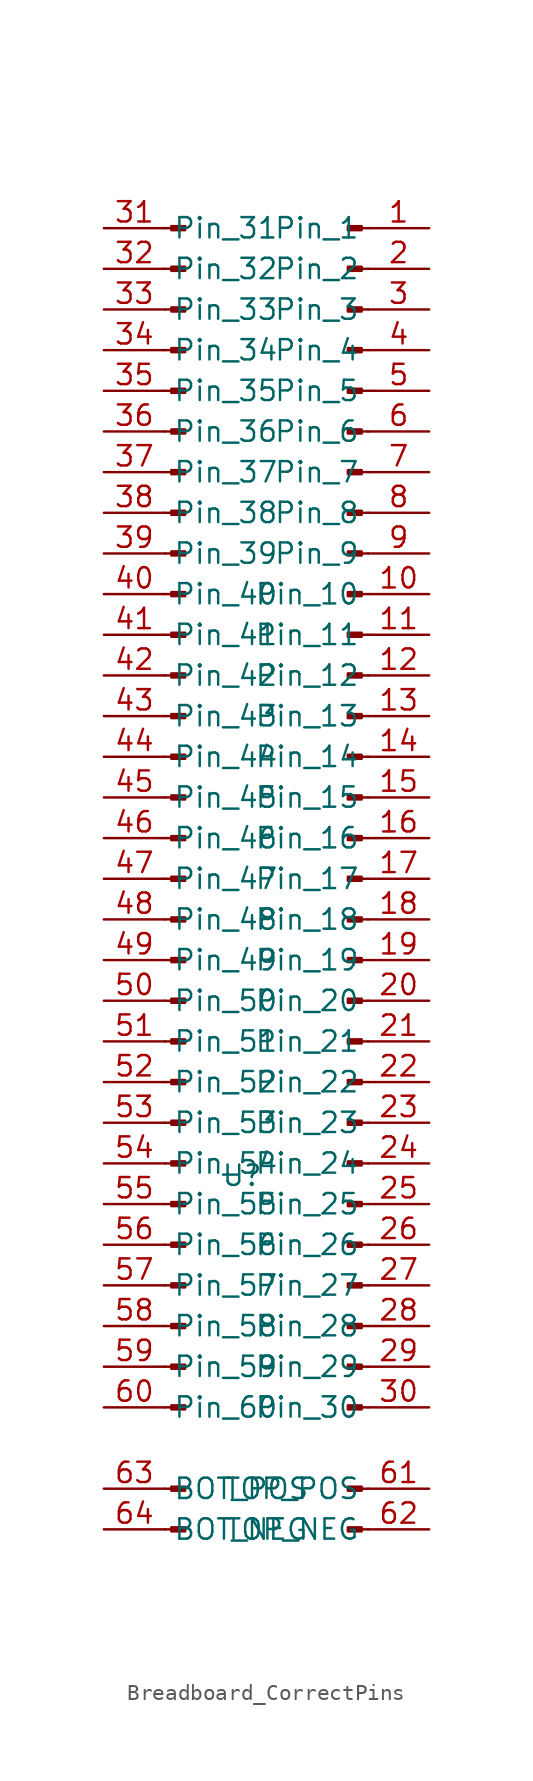
<source format=kicad_sym>
(kicad_symbol_lib
  (version 20231120)
  (generator "kicad_symbol_editor")
  (generator_version "8.0")
  (symbol "Breadboard_CorrectPins"
    (property "Reference" "U"
      (at -1.524 -19.812 0)
      (effects (font (size 1.27 1.27))))
    (property "Value" ""
      (at -1.524 -19.812 0)
      (effects (font (size 1.27 1.27))))
    (symbol "Breadboard_CorrectPins_1_1"
      (rectangle (start -5.944 -41.783) (end -5.08 -42.037) (stroke (width 0.152) (type default)) (fill (type outline)))
      (rectangle (start -5.944 -39.243) (end -5.08 -39.497) (stroke (width 0.152) (type default)) (fill (type outline)))
      (rectangle (start -5.944 -34.163) (end -5.08 -34.417) (stroke (width 0.152) (type default)) (fill (type outline)))
      (rectangle (start -5.944 -31.623) (end -5.08 -31.877) (stroke (width 0.152) (type default)) (fill (type outline)))
      (rectangle (start -5.944 -29.083) (end -5.08 -29.337) (stroke (width 0.152) (type default)) (fill (type outline)))
      (rectangle (start -5.944 -26.543) (end -5.08 -26.797) (stroke (width 0.152) (type default)) (fill (type outline)))
      (rectangle (start -5.944 -24.003) (end -5.08 -24.257) (stroke (width 0.152) (type default)) (fill (type outline)))
      (rectangle (start -5.944 -21.463) (end -5.08 -21.717) (stroke (width 0.152) (type default)) (fill (type outline)))
      (rectangle (start -5.944 -18.923) (end -5.08 -19.177) (stroke (width 0.152) (type default)) (fill (type outline)))
      (rectangle (start -5.944 -16.383) (end -5.08 -16.637) (stroke (width 0.152) (type default)) (fill (type outline)))
      (rectangle (start -5.944 -13.843) (end -5.08 -14.097) (stroke (width 0.152) (type default)) (fill (type outline)))
      (rectangle (start -5.944 -11.303) (end -5.08 -11.557) (stroke (width 0.152) (type default)) (fill (type outline)))
      (rectangle (start -5.944 -8.763) (end -5.08 -9.017) (stroke (width 0.152) (type default)) (fill (type outline)))
      (rectangle (start -5.944 -6.223) (end -5.08 -6.477) (stroke (width 0.152) (type default)) (fill (type outline)))
      (rectangle (start -5.944 -3.683) (end -5.08 -3.937) (stroke (width 0.152) (type default)) (fill (type outline)))
      (rectangle (start -5.944 -1.143) (end -5.08 -1.397) (stroke (width 0.152) (type default)) (fill (type outline)))
      (rectangle (start -5.944 1.397) (end -5.08 1.143) (stroke (width 0.152) (type default)) (fill (type outline)))
      (rectangle (start -5.944 3.937) (end -5.08 3.683) (stroke (width 0.152) (type default)) (fill (type outline)))
      (rectangle (start -5.944 6.477) (end -5.08 6.223) (stroke (width 0.152) (type default)) (fill (type outline)))
      (rectangle (start -5.944 9.017) (end -5.08 8.763) (stroke (width 0.152) (type default)) (fill (type outline)))
      (rectangle (start -5.944 11.557) (end -5.08 11.303) (stroke (width 0.152) (type default)) (fill (type outline)))
      (rectangle (start -5.944 14.097) (end -5.08 13.843) (stroke (width 0.152) (type default)) (fill (type outline)))
      (rectangle (start -5.944 16.637) (end -5.08 16.383) (stroke (width 0.152) (type default)) (fill (type outline)))
      (rectangle (start -5.944 19.177) (end -5.08 18.923) (stroke (width 0.152) (type default)) (fill (type outline)))
      (rectangle (start -5.944 21.717) (end -5.08 21.463) (stroke (width 0.152) (type default)) (fill (type outline)))
      (rectangle (start -5.944 24.257) (end -5.08 24.003) (stroke (width 0.152) (type default)) (fill (type outline)))
      (rectangle (start -5.944 26.797) (end -5.08 26.543) (stroke (width 0.152) (type default)) (fill (type outline)))
      (rectangle (start -5.944 29.337) (end -5.08 29.083) (stroke (width 0.152) (type default)) (fill (type outline)))
      (rectangle (start -5.944 31.877) (end -5.08 31.623) (stroke (width 0.152) (type default)) (fill (type outline)))
      (rectangle (start -5.944 34.417) (end -5.08 34.163) (stroke (width 0.152) (type default)) (fill (type outline)))
      (rectangle (start -5.08 36.703) (end -5.944 36.957) (stroke (width 0.152) (type default)) (fill (type outline)))
      (rectangle (start -5.08 39.243) (end -5.944 39.497) (stroke (width 0.152) (type default)) (fill (type outline)))
      (polyline (pts (xy -6.35 -41.91) (xy -5.944 -41.91)) (stroke (width 0.152) (type default)) (fill (type none)))
      (polyline (pts (xy -6.35 -39.37) (xy -5.944 -39.37)) (stroke (width 0.152) (type default)) (fill (type none)))
      (polyline (pts (xy -6.35 -34.29) (xy -5.944 -34.29)) (stroke (width 0.152) (type default)) (fill (type none)))
      (polyline (pts (xy -6.35 -31.75) (xy -5.944 -31.75)) (stroke (width 0.152) (type default)) (fill (type none)))
      (polyline (pts (xy -6.35 -29.21) (xy -5.944 -29.21)) (stroke (width 0.152) (type default)) (fill (type none)))
      (polyline (pts (xy -6.35 -26.67) (xy -5.944 -26.67)) (stroke (width 0.152) (type default)) (fill (type none)))
      (polyline (pts (xy -6.35 -24.13) (xy -5.944 -24.13)) (stroke (width 0.152) (type default)) (fill (type none)))
      (polyline (pts (xy -6.35 -21.59) (xy -5.944 -21.59)) (stroke (width 0.152) (type default)) (fill (type none)))
      (polyline (pts (xy -6.35 -19.05) (xy -5.944 -19.05)) (stroke (width 0.152) (type default)) (fill (type none)))
      (polyline (pts (xy -6.35 -16.51) (xy -5.944 -16.51)) (stroke (width 0.152) (type default)) (fill (type none)))
      (polyline (pts (xy -6.35 -13.97) (xy -5.944 -13.97)) (stroke (width 0.152) (type default)) (fill (type none)))
      (polyline (pts (xy -6.35 -11.43) (xy -5.944 -11.43)) (stroke (width 0.152) (type default)) (fill (type none)))
      (polyline (pts (xy -6.35 -8.89) (xy -5.944 -8.89)) (stroke (width 0.152) (type default)) (fill (type none)))
      (polyline (pts (xy -6.35 -6.35) (xy -5.944 -6.35)) (stroke (width 0.152) (type default)) (fill (type none)))
      (polyline (pts (xy -6.35 -3.81) (xy -5.944 -3.81)) (stroke (width 0.152) (type default)) (fill (type none)))
      (polyline (pts (xy -6.35 -1.27) (xy -5.944 -1.27)) (stroke (width 0.152) (type default)) (fill (type none)))
      (polyline (pts (xy -6.35 1.27) (xy -5.944 1.27)) (stroke (width 0.152) (type default)) (fill (type none)))
      (polyline (pts (xy -6.35 3.81) (xy -5.944 3.81)) (stroke (width 0.152) (type default)) (fill (type none)))
      (polyline (pts (xy -6.35 6.35) (xy -5.944 6.35)) (stroke (width 0.152) (type default)) (fill (type none)))
      (polyline (pts (xy -6.35 8.89) (xy -5.944 8.89)) (stroke (width 0.152) (type default)) (fill (type none)))
      (polyline (pts (xy -6.35 11.43) (xy -5.944 11.43)) (stroke (width 0.152) (type default)) (fill (type none)))
      (polyline (pts (xy -6.35 13.97) (xy -5.944 13.97)) (stroke (width 0.152) (type default)) (fill (type none)))
      (polyline (pts (xy -6.35 16.51) (xy -5.944 16.51)) (stroke (width 0.152) (type default)) (fill (type none)))
      (polyline (pts (xy -6.35 19.05) (xy -5.944 19.05)) (stroke (width 0.152) (type default)) (fill (type none)))
      (polyline (pts (xy -6.35 21.59) (xy -5.944 21.59)) (stroke (width 0.152) (type default)) (fill (type none)))
      (polyline (pts (xy -6.35 24.13) (xy -5.944 24.13)) (stroke (width 0.152) (type default)) (fill (type none)))
      (polyline (pts (xy -6.35 26.67) (xy -5.944 26.67)) (stroke (width 0.152) (type default)) (fill (type none)))
      (polyline (pts (xy -6.35 29.21) (xy -5.944 29.21)) (stroke (width 0.152) (type default)) (fill (type none)))
      (polyline (pts (xy -6.35 31.75) (xy -5.944 31.75)) (stroke (width 0.152) (type default)) (fill (type none)))
      (polyline (pts (xy -6.35 34.29) (xy -5.944 34.29)) (stroke (width 0.152) (type default)) (fill (type none)))
      (polyline (pts (xy -6.35 36.83) (xy -5.944 36.83)) (stroke (width 0.152) (type default)) (fill (type none)))
      (polyline (pts (xy -6.35 39.37) (xy -5.944 39.37)) (stroke (width 0.152) (type default)) (fill (type none)))
      (polyline (pts (xy 6.35 -41.91) (xy 5.944 -41.91)) (stroke (width 0.152) (type default)) (fill (type none)))
      (polyline (pts (xy 6.35 -39.37) (xy 5.944 -39.37)) (stroke (width 0.152) (type default)) (fill (type none)))
      (polyline (pts (xy 6.35 -34.29) (xy 5.944 -34.29)) (stroke (width 0.152) (type default)) (fill (type none)))
      (polyline (pts (xy 6.35 -31.75) (xy 5.944 -31.75)) (stroke (width 0.152) (type default)) (fill (type none)))
      (polyline (pts (xy 6.35 -29.21) (xy 5.944 -29.21)) (stroke (width 0.152) (type default)) (fill (type none)))
      (polyline (pts (xy 6.35 -26.67) (xy 5.944 -26.67)) (stroke (width 0.152) (type default)) (fill (type none)))
      (polyline (pts (xy 6.35 -24.13) (xy 5.944 -24.13)) (stroke (width 0.152) (type default)) (fill (type none)))
      (polyline (pts (xy 6.35 -21.59) (xy 5.944 -21.59)) (stroke (width 0.152) (type default)) (fill (type none)))
      (polyline (pts (xy 6.35 -19.05) (xy 5.944 -19.05)) (stroke (width 0.152) (type default)) (fill (type none)))
      (polyline (pts (xy 6.35 -16.51) (xy 5.944 -16.51)) (stroke (width 0.152) (type default)) (fill (type none)))
      (polyline (pts (xy 6.35 -13.97) (xy 5.944 -13.97)) (stroke (width 0.152) (type default)) (fill (type none)))
      (polyline (pts (xy 6.35 -11.43) (xy 5.944 -11.43)) (stroke (width 0.152) (type default)) (fill (type none)))
      (polyline (pts (xy 6.35 -8.89) (xy 5.944 -8.89)) (stroke (width 0.152) (type default)) (fill (type none)))
      (polyline (pts (xy 6.35 -6.35) (xy 5.944 -6.35)) (stroke (width 0.152) (type default)) (fill (type none)))
      (polyline (pts (xy 6.35 -3.81) (xy 5.944 -3.81)) (stroke (width 0.152) (type default)) (fill (type none)))
      (polyline (pts (xy 6.35 -1.27) (xy 5.944 -1.27)) (stroke (width 0.152) (type default)) (fill (type none)))
      (polyline (pts (xy 6.35 1.27) (xy 5.944 1.27)) (stroke (width 0.152) (type default)) (fill (type none)))
      (polyline (pts (xy 6.35 3.81) (xy 5.944 3.81)) (stroke (width 0.152) (type default)) (fill (type none)))
      (polyline (pts (xy 6.35 6.35) (xy 5.944 6.35)) (stroke (width 0.152) (type default)) (fill (type none)))
      (polyline (pts (xy 6.35 8.89) (xy 5.944 8.89)) (stroke (width 0.152) (type default)) (fill (type none)))
      (polyline (pts (xy 6.35 11.43) (xy 5.944 11.43)) (stroke (width 0.152) (type default)) (fill (type none)))
      (polyline (pts (xy 6.35 13.97) (xy 5.944 13.97)) (stroke (width 0.152) (type default)) (fill (type none)))
      (polyline (pts (xy 6.35 16.51) (xy 5.944 16.51)) (stroke (width 0.152) (type default)) (fill (type none)))
      (polyline (pts (xy 6.35 19.05) (xy 5.944 19.05)) (stroke (width 0.152) (type default)) (fill (type none)))
      (polyline (pts (xy 6.35 21.59) (xy 5.944 21.59)) (stroke (width 0.152) (type default)) (fill (type none)))
      (polyline (pts (xy 6.35 24.13) (xy 5.944 24.13)) (stroke (width 0.152) (type default)) (fill (type none)))
      (polyline (pts (xy 6.35 26.67) (xy 5.944 26.67)) (stroke (width 0.152) (type default)) (fill (type none)))
      (polyline (pts (xy 6.35 29.21) (xy 5.944 29.21)) (stroke (width 0.152) (type default)) (fill (type none)))
      (polyline (pts (xy 6.35 31.75) (xy 5.944 31.75)) (stroke (width 0.152) (type default)) (fill (type none)))
      (polyline (pts (xy 6.35 34.29) (xy 5.944 34.29)) (stroke (width 0.152) (type default)) (fill (type none)))
      (polyline (pts (xy 6.35 36.83) (xy 5.944 36.83)) (stroke (width 0.152) (type default)) (fill (type none)))
      (polyline (pts (xy 6.35 39.37) (xy 5.944 39.37)) (stroke (width 0.152) (type default)) (fill (type none)))
      (rectangle (start 5.08 -42.037) (end 5.944 -41.783) (stroke (width 0.152) (type default)) (fill (type outline)))
      (rectangle (start 5.08 -39.497) (end 5.944 -39.243) (stroke (width 0.152) (type default)) (fill (type outline)))
      (rectangle (start 5.944 -34.163) (end 5.08 -34.417) (stroke (width 0.152) (type default)) (fill (type outline)))
      (rectangle (start 5.944 -31.623) (end 5.08 -31.877) (stroke (width 0.152) (type default)) (fill (type outline)))
      (rectangle (start 5.944 -29.083) (end 5.08 -29.337) (stroke (width 0.152) (type default)) (fill (type outline)))
      (rectangle (start 5.944 -26.543) (end 5.08 -26.797) (stroke (width 0.152) (type default)) (fill (type outline)))
      (rectangle (start 5.944 -24.003) (end 5.08 -24.257) (stroke (width 0.152) (type default)) (fill (type outline)))
      (rectangle (start 5.944 -21.463) (end 5.08 -21.717) (stroke (width 0.152) (type default)) (fill (type outline)))
      (rectangle (start 5.944 -18.923) (end 5.08 -19.177) (stroke (width 0.152) (type default)) (fill (type outline)))
      (rectangle (start 5.944 -16.383) (end 5.08 -16.637) (stroke (width 0.152) (type default)) (fill (type outline)))
      (rectangle (start 5.944 -13.843) (end 5.08 -14.097) (stroke (width 0.152) (type default)) (fill (type outline)))
      (rectangle (start 5.944 -11.303) (end 5.08 -11.557) (stroke (width 0.152) (type default)) (fill (type outline)))
      (rectangle (start 5.944 -8.763) (end 5.08 -9.017) (stroke (width 0.152) (type default)) (fill (type outline)))
      (rectangle (start 5.944 -6.223) (end 5.08 -6.477) (stroke (width 0.152) (type default)) (fill (type outline)))
      (rectangle (start 5.944 -3.683) (end 5.08 -3.937) (stroke (width 0.152) (type default)) (fill (type outline)))
      (rectangle (start 5.944 -1.143) (end 5.08 -1.397) (stroke (width 0.152) (type default)) (fill (type outline)))
      (rectangle (start 5.944 1.397) (end 5.08 1.143) (stroke (width 0.152) (type default)) (fill (type outline)))
      (rectangle (start 5.944 3.937) (end 5.08 3.683) (stroke (width 0.152) (type default)) (fill (type outline)))
      (rectangle (start 5.944 6.477) (end 5.08 6.223) (stroke (width 0.152) (type default)) (fill (type outline)))
      (rectangle (start 5.944 9.017) (end 5.08 8.763) (stroke (width 0.152) (type default)) (fill (type outline)))
      (rectangle (start 5.944 11.557) (end 5.08 11.303) (stroke (width 0.152) (type default)) (fill (type outline)))
      (rectangle (start 5.944 14.097) (end 5.08 13.843) (stroke (width 0.152) (type default)) (fill (type outline)))
      (rectangle (start 5.944 16.637) (end 5.08 16.383) (stroke (width 0.152) (type default)) (fill (type outline)))
      (rectangle (start 5.944 19.177) (end 5.08 18.923) (stroke (width 0.152) (type default)) (fill (type outline)))
      (rectangle (start 5.944 21.717) (end 5.08 21.463) (stroke (width 0.152) (type default)) (fill (type outline)))
      (rectangle (start 5.944 24.257) (end 5.08 24.003) (stroke (width 0.152) (type default)) (fill (type outline)))
      (rectangle (start 5.944 26.797) (end 5.08 26.543) (stroke (width 0.152) (type default)) (fill (type outline)))
      (rectangle (start 5.944 29.337) (end 5.08 29.083) (stroke (width 0.152) (type default)) (fill (type outline)))
      (rectangle (start 5.944 31.877) (end 5.08 31.623) (stroke (width 0.152) (type default)) (fill (type outline)))
      (rectangle (start 5.944 34.417) (end 5.08 34.163) (stroke (width 0.152) (type default)) (fill (type outline)))
      (rectangle (start 5.944 36.957) (end 5.08 36.703) (stroke (width 0.152) (type default)) (fill (type outline)))
      (rectangle (start 5.944 39.497) (end 5.08 39.243) (stroke (width 0.152) (type default)) (fill (type outline)))
      (pin passive line (at 10.16 39.37 180) (length 3.81) (name "Pin_1" (effects (font (size 1.27 1.27)))) (number "1" (effects (font (size 1.27 1.27)))))
      (pin passive line (at 10.16 16.51 180) (length 3.81) (name "Pin_10" (effects (font (size 1.27 1.27)))) (number "10" (effects (font (size 1.27 1.27)))))
      (pin passive line (at 10.16 13.97 180) (length 3.81) (name "Pin_11" (effects (font (size 1.27 1.27)))) (number "11" (effects (font (size 1.27 1.27)))))
      (pin passive line (at 10.16 11.43 180) (length 3.81) (name "Pin_12" (effects (font (size 1.27 1.27)))) (number "12" (effects (font (size 1.27 1.27)))))
      (pin passive line (at 10.16 8.89 180) (length 3.81) (name "Pin_13" (effects (font (size 1.27 1.27)))) (number "13" (effects (font (size 1.27 1.27)))))
      (pin passive line (at 10.16 6.35 180) (length 3.81) (name "Pin_14" (effects (font (size 1.27 1.27)))) (number "14" (effects (font (size 1.27 1.27)))))
      (pin passive line (at 10.16 3.81 180) (length 3.81) (name "Pin_15" (effects (font (size 1.27 1.27)))) (number "15" (effects (font (size 1.27 1.27)))))
      (pin passive line (at 10.16 1.27 180) (length 3.81) (name "Pin_16" (effects (font (size 1.27 1.27)))) (number "16" (effects (font (size 1.27 1.27)))))
      (pin passive line (at 10.16 -1.27 180) (length 3.81) (name "Pin_17" (effects (font (size 1.27 1.27)))) (number "17" (effects (font (size 1.27 1.27)))))
      (pin passive line (at 10.16 -3.81 180) (length 3.81) (name "Pin_18" (effects (font (size 1.27 1.27)))) (number "18" (effects (font (size 1.27 1.27)))))
      (pin passive line (at 10.16 -6.35 180) (length 3.81) (name "Pin_19" (effects (font (size 1.27 1.27)))) (number "19" (effects (font (size 1.27 1.27)))))
      (pin passive line (at 10.16 36.83 180) (length 3.81) (name "Pin_2" (effects (font (size 1.27 1.27)))) (number "2" (effects (font (size 1.27 1.27)))))
      (pin passive line (at 10.16 -8.89 180) (length 3.81) (name "Pin_20" (effects (font (size 1.27 1.27)))) (number "20" (effects (font (size 1.27 1.27)))))
      (pin passive line (at 10.16 -11.43 180) (length 3.81) (name "Pin_21" (effects (font (size 1.27 1.27)))) (number "21" (effects (font (size 1.27 1.27)))))
      (pin passive line (at 10.16 -13.97 180) (length 3.81) (name "Pin_22" (effects (font (size 1.27 1.27)))) (number "22" (effects (font (size 1.27 1.27)))))
      (pin passive line (at 10.16 -16.51 180) (length 3.81) (name "Pin_23" (effects (font (size 1.27 1.27)))) (number "23" (effects (font (size 1.27 1.27)))))
      (pin passive line (at 10.16 -19.05 180) (length 3.81) (name "Pin_24" (effects (font (size 1.27 1.27)))) (number "24" (effects (font (size 1.27 1.27)))))
      (pin passive line (at 10.16 -21.59 180) (length 3.81) (name "Pin_25" (effects (font (size 1.27 1.27)))) (number "25" (effects (font (size 1.27 1.27)))))
      (pin passive line (at 10.16 -24.13 180) (length 3.81) (name "Pin_26" (effects (font (size 1.27 1.27)))) (number "26" (effects (font (size 1.27 1.27)))))
      (pin passive line (at 10.16 -26.67 180) (length 3.81) (name "Pin_27" (effects (font (size 1.27 1.27)))) (number "27" (effects (font (size 1.27 1.27)))))
      (pin passive line (at 10.16 -29.21 180) (length 3.81) (name "Pin_28" (effects (font (size 1.27 1.27)))) (number "28" (effects (font (size 1.27 1.27)))))
      (pin passive line (at 10.16 -31.75 180) (length 3.81) (name "Pin_29" (effects (font (size 1.27 1.27)))) (number "29" (effects (font (size 1.27 1.27)))))
      (pin passive line (at 10.16 34.29 180) (length 3.81) (name "Pin_3" (effects (font (size 1.27 1.27)))) (number "3" (effects (font (size 1.27 1.27)))))
      (pin passive line (at 10.16 -34.29 180) (length 3.81) (name "Pin_30" (effects (font (size 1.27 1.27)))) (number "30" (effects (font (size 1.27 1.27)))))
      (pin passive line (at -10.16 39.37 0) (length 3.81) (name "Pin_31" (effects (font (size 1.27 1.27)))) (number "31" (effects (font (size 1.27 1.27)))))
      (pin passive line (at -10.16 36.83 0) (length 3.81) (name "Pin_32" (effects (font (size 1.27 1.27)))) (number "32" (effects (font (size 1.27 1.27)))))
      (pin passive line (at -10.16 34.29 0) (length 3.81) (name "Pin_33" (effects (font (size 1.27 1.27)))) (number "33" (effects (font (size 1.27 1.27)))))
      (pin passive line (at -10.16 31.75 0) (length 3.81) (name "Pin_34" (effects (font (size 1.27 1.27)))) (number "34" (effects (font (size 1.27 1.27)))))
      (pin passive line (at -10.16 29.21 0) (length 3.81) (name "Pin_35" (effects (font (size 1.27 1.27)))) (number "35" (effects (font (size 1.27 1.27)))))
      (pin passive line (at -10.16 26.67 0) (length 3.81) (name "Pin_36" (effects (font (size 1.27 1.27)))) (number "36" (effects (font (size 1.27 1.27)))))
      (pin passive line (at -10.16 24.13 0) (length 3.81) (name "Pin_37" (effects (font (size 1.27 1.27)))) (number "37" (effects (font (size 1.27 1.27)))))
      (pin passive line (at -10.16 21.59 0) (length 3.81) (name "Pin_38" (effects (font (size 1.27 1.27)))) (number "38" (effects (font (size 1.27 1.27)))))
      (pin passive line (at -10.16 19.05 0) (length 3.81) (name "Pin_39" (effects (font (size 1.27 1.27)))) (number "39" (effects (font (size 1.27 1.27)))))
      (pin passive line (at 10.16 31.75 180) (length 3.81) (name "Pin_4" (effects (font (size 1.27 1.27)))) (number "4" (effects (font (size 1.27 1.27)))))
      (pin passive line (at -10.16 16.51 0) (length 3.81) (name "Pin_40" (effects (font (size 1.27 1.27)))) (number "40" (effects (font (size 1.27 1.27)))))
      (pin passive line (at -10.16 13.97 0) (length 3.81) (name "Pin_41" (effects (font (size 1.27 1.27)))) (number "41" (effects (font (size 1.27 1.27)))))
      (pin passive line (at -10.16 11.43 0) (length 3.81) (name "Pin_42" (effects (font (size 1.27 1.27)))) (number "42" (effects (font (size 1.27 1.27)))))
      (pin passive line (at -10.16 8.89 0) (length 3.81) (name "Pin_43" (effects (font (size 1.27 1.27)))) (number "43" (effects (font (size 1.27 1.27)))))
      (pin passive line (at -10.16 6.35 0) (length 3.81) (name "Pin_44" (effects (font (size 1.27 1.27)))) (number "44" (effects (font (size 1.27 1.27)))))
      (pin passive line (at -10.16 3.81 0) (length 3.81) (name "Pin_45" (effects (font (size 1.27 1.27)))) (number "45" (effects (font (size 1.27 1.27)))))
      (pin passive line (at -10.16 1.27 0) (length 3.81) (name "Pin_46" (effects (font (size 1.27 1.27)))) (number "46" (effects (font (size 1.27 1.27)))))
      (pin passive line (at -10.16 -1.27 0) (length 3.81) (name "Pin_47" (effects (font (size 1.27 1.27)))) (number "47" (effects (font (size 1.27 1.27)))))
      (pin passive line (at -10.16 -3.81 0) (length 3.81) (name "Pin_48" (effects (font (size 1.27 1.27)))) (number "48" (effects (font (size 1.27 1.27)))))
      (pin passive line (at -10.16 -6.35 0) (length 3.81) (name "Pin_49" (effects (font (size 1.27 1.27)))) (number "49" (effects (font (size 1.27 1.27)))))
      (pin passive line (at 10.16 29.21 180) (length 3.81) (name "Pin_5" (effects (font (size 1.27 1.27)))) (number "5" (effects (font (size 1.27 1.27)))))
      (pin passive line (at -10.16 -8.89 0) (length 3.81) (name "Pin_50" (effects (font (size 1.27 1.27)))) (number "50" (effects (font (size 1.27 1.27)))))
      (pin passive line (at -10.16 -11.43 0) (length 3.81) (name "Pin_51" (effects (font (size 1.27 1.27)))) (number "51" (effects (font (size 1.27 1.27)))))
      (pin passive line (at -10.16 -13.97 0) (length 3.81) (name "Pin_52" (effects (font (size 1.27 1.27)))) (number "52" (effects (font (size 1.27 1.27)))))
      (pin passive line (at -10.16 -16.51 0) (length 3.81) (name "Pin_53" (effects (font (size 1.27 1.27)))) (number "53" (effects (font (size 1.27 1.27)))))
      (pin passive line (at -10.16 -19.05 0) (length 3.81) (name "Pin_54" (effects (font (size 1.27 1.27)))) (number "54" (effects (font (size 1.27 1.27)))))
      (pin passive line (at -10.16 -21.59 0) (length 3.81) (name "Pin_55" (effects (font (size 1.27 1.27)))) (number "55" (effects (font (size 1.27 1.27)))))
      (pin passive line (at -10.16 -24.13 0) (length 3.81) (name "Pin_56" (effects (font (size 1.27 1.27)))) (number "56" (effects (font (size 1.27 1.27)))))
      (pin passive line (at -10.16 -26.67 0) (length 3.81) (name "Pin_57" (effects (font (size 1.27 1.27)))) (number "57" (effects (font (size 1.27 1.27)))))
      (pin passive line (at -10.16 -29.21 0) (length 3.81) (name "Pin_58" (effects (font (size 1.27 1.27)))) (number "58" (effects (font (size 1.27 1.27)))))
      (pin passive line (at -10.16 -31.75 0) (length 3.81) (name "Pin_59" (effects (font (size 1.27 1.27)))) (number "59" (effects (font (size 1.27 1.27)))))
      (pin passive line (at 10.16 26.67 180) (length 3.81) (name "Pin_6" (effects (font (size 1.27 1.27)))) (number "6" (effects (font (size 1.27 1.27)))))
      (pin passive line (at -10.16 -34.29 0) (length 3.81) (name "Pin_60" (effects (font (size 1.27 1.27)))) (number "60" (effects (font (size 1.27 1.27)))))
      (pin power_in line (at 10.16 -39.37 180) (length 3.81) (name "TOP_POS" (effects (font (size 1.27 1.27)))) (number "61" (effects (font (size 1.27 1.27)))))
      (pin power_in line (at 10.16 -41.91 180) (length 3.81) (name "TOP_NEG" (effects (font (size 1.27 1.27)))) (number "62" (effects (font (size 1.27 1.27)))))
      (pin power_in line (at -10.16 -39.37 0) (length 3.81) (name "BOT_POS" (effects (font (size 1.27 1.27)))) (number "63" (effects (font (size 1.27 1.27)))))
      (pin power_in line (at -10.16 -41.91 0) (length 3.81) (name "BOT_NEG" (effects (font (size 1.27 1.27)))) (number "64" (effects (font (size 1.27 1.27)))))
      (pin passive line (at 10.16 24.13 180) (length 3.81) (name "Pin_7" (effects (font (size 1.27 1.27)))) (number "7" (effects (font (size 1.27 1.27)))))
      (pin passive line (at 10.16 21.59 180) (length 3.81) (name "Pin_8" (effects (font (size 1.27 1.27)))) (number "8" (effects (font (size 1.27 1.27)))))
      (pin passive line (at 10.16 19.05 180) (length 3.81) (name "Pin_9" (effects (font (size 1.27 1.27)))) (number "9" (effects (font (size 1.27 1.27))))))))
</source>
